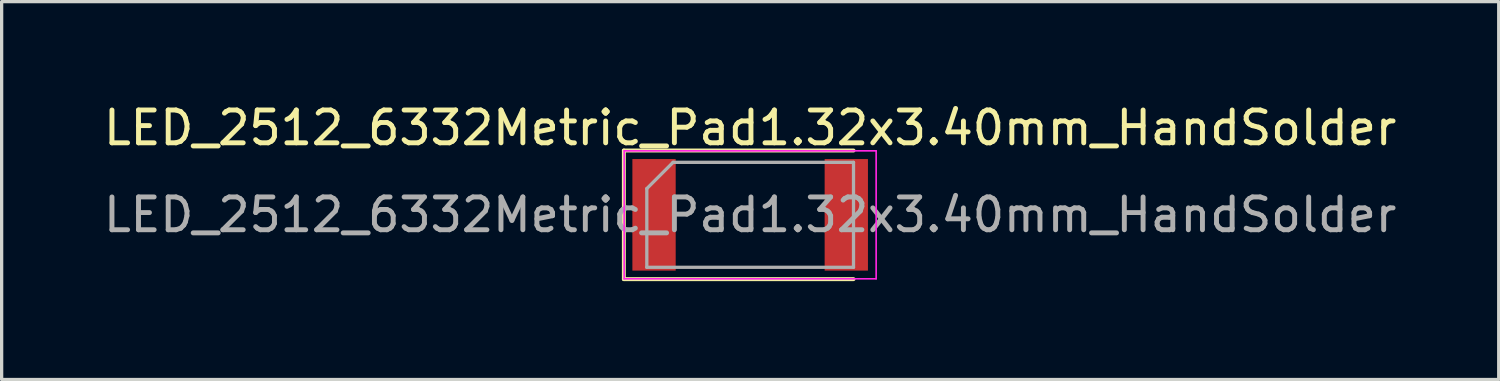
<source format=kicad_pcb>
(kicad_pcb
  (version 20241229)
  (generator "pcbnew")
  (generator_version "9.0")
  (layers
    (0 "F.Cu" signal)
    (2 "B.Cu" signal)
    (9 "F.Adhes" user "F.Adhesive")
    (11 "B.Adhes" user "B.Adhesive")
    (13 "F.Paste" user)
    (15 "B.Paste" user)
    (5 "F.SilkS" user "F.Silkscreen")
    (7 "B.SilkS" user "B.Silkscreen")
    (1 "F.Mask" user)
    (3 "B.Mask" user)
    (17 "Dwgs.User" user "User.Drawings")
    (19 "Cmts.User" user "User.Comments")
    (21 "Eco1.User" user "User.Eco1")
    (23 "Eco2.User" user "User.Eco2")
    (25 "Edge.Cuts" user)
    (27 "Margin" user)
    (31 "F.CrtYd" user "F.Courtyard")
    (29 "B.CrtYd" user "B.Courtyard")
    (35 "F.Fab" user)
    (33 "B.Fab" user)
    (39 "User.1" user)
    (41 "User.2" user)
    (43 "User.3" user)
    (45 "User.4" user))
  (footprint "LED_2512_6332Metric_Pad1.32x3.40mm_HandSolder"
    (layer "F.Cu")
    (at 19.815 3.498)
    (property "Reference" "LED_2512_6332Metric_Pad1.32x3.40mm_HandSolder" (at 0 -2.65 0) (layer "F.SilkS") (effects (font (size 1 1) (thickness 0.15))))
    (attr smd)
    (fp_line (start -3.85 -1.96) (end -3.85 1.96) (stroke (width 0.12) (type solid)) (layer "F.SilkS"))
    (fp_line (start -3.85 1.96) (end 3.15 1.96) (stroke (width 0.12) (type solid)) (layer "F.SilkS"))
    (fp_line (start 3.15 -1.96) (end -3.85 -1.96) (stroke (width 0.12) (type solid)) (layer "F.SilkS"))
    (fp_line (start -3.84 -1.95) (end 3.84 -1.95) (stroke (width 0.05) (type solid)) (layer "F.CrtYd"))
    (fp_line (start -3.84 1.95) (end -3.84 -1.95) (stroke (width 0.05) (type solid)) (layer "F.CrtYd"))
    (fp_line (start 3.84 -1.95) (end 3.84 1.95) (stroke (width 0.05) (type solid)) (layer "F.CrtYd"))
    (fp_line (start 3.84 1.95) (end -3.84 1.95) (stroke (width 0.05) (type solid)) (layer "F.CrtYd"))
    (fp_line (start -3.15 -0.8) (end -3.15 1.6) (stroke (width 0.1) (type solid)) (layer "F.Fab"))
    (fp_line (start -3.15 1.6) (end 3.15 1.6) (stroke (width 0.1) (type solid)) (layer "F.Fab"))
    (fp_line (start -2.35 -1.6) (end -3.15 -0.8) (stroke (width 0.1) (type solid)) (layer "F.Fab"))
    (fp_line (start 3.15 -1.6) (end -2.35 -1.6) (stroke (width 0.1) (type solid)) (layer "F.Fab"))
    (fp_line (start 3.15 1.6) (end 3.15 -1.6) (stroke (width 0.1) (type solid)) (layer "F.Fab"))
    (fp_text user "${REFERENCE}" (at 0 0 0) (layer "F.Fab") (effects (font (size 1 1) (thickness 0.15))))
    (pad "1" smd rect (at -2.93 0) (size 1.32 3.4) (layers "F.Cu" "F.Mask" "F.Paste"))
    (pad "2" smd rect (at 2.93 0) (size 1.32 3.4) (layers "F.Cu" "F.Mask" "F.Paste")))
  (gr_rect
    (start -3 -3)
    (end 42.631 8.518)
    (stroke (width 0.1) (type default))
    (fill no)
    (layer "Edge.Cuts")))
</source>
